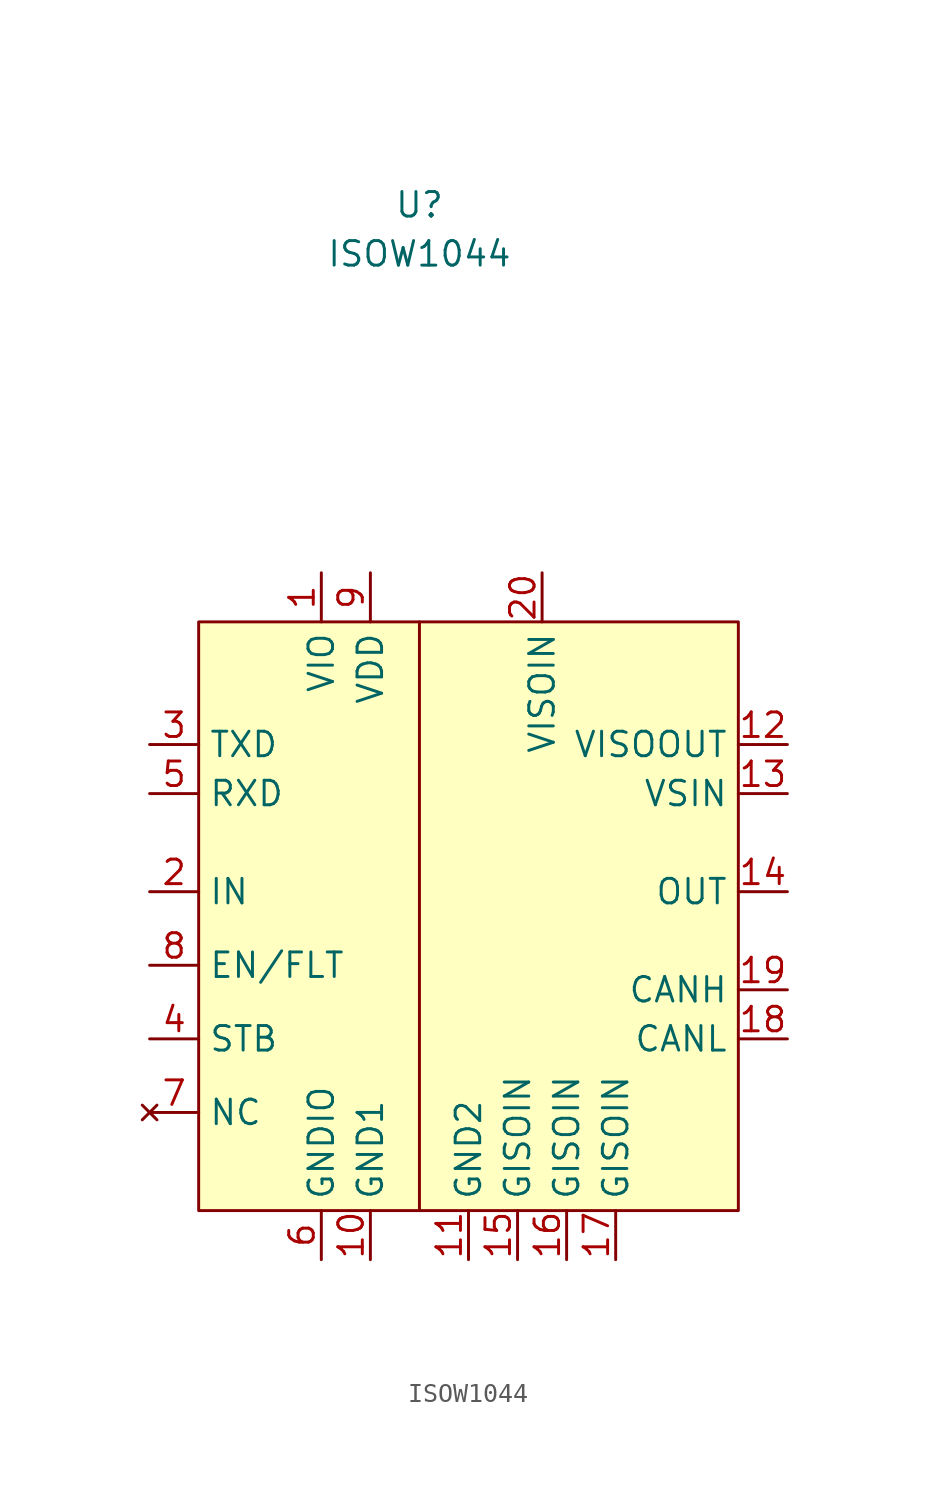
<source format=kicad_sym>
(kicad_symbol_lib
  (version 20211014)
  (generator kicad_symbol_editor)
  (symbol "ISOW1044"
    (property "Reference" "U"
      (at 0 29.21 0)
      (effects (font (size 1.27 1.27))))
    (property "Value" "ISOW1044"
      (at 0 26.67 0)
      (effects (font (size 1.27 1.27))))
    (symbol "ISOW1044_0_0"
      (pin power_in line (at -5.08 10.16 270) (length 2.54) (name "VIO" (effects (font (size 1.27 1.27)))) (number "1" (effects (font (size 1.27 1.27)))))
      (pin power_in line (at -2.54 -25.4 90) (length 2.54) (name "GND1" (effects (font (size 1.27 1.27)))) (number "10" (effects (font (size 1.27 1.27)))))
      (pin power_in line (at 2.54 -25.4 90) (length 2.54) (name "GND2" (effects (font (size 1.27 1.27)))) (number "11" (effects (font (size 1.27 1.27)))))
      (pin power_out line (at 19.05 1.27 180) (length 2.54) (name "VISOOUT" (effects (font (size 1.27 1.27)))) (number "12" (effects (font (size 1.27 1.27)))))
      (pin power_in line (at 19.05 -1.27 180) (length 2.54) (name "VSIN" (effects (font (size 1.27 1.27)))) (number "13" (effects (font (size 1.27 1.27)))))
      (pin output line (at 19.05 -6.35 180) (length 2.54) (name "OUT" (effects (font (size 1.27 1.27)))) (number "14" (effects (font (size 1.27 1.27)))))
      (pin power_in line (at 5.08 -25.4 90) (length 2.54) (name "GISOIN" (effects (font (size 1.27 1.27)))) (number "15" (effects (font (size 1.27 1.27)))))
      (pin power_in line (at 7.62 -25.4 90) (length 2.54) (name "GISOIN" (effects (font (size 1.27 1.27)))) (number "16" (effects (font (size 1.27 1.27)))))
      (pin power_in line (at 10.16 -25.4 90) (length 2.54) (name "GISOIN" (effects (font (size 1.27 1.27)))) (number "17" (effects (font (size 1.27 1.27)))))
      (pin bidirectional line (at 19.05 -13.97 180) (length 2.54) (name "CANL" (effects (font (size 1.27 1.27)))) (number "18" (effects (font (size 1.27 1.27)))))
      (pin bidirectional line (at 19.05 -11.43 180) (length 2.54) (name "CANH" (effects (font (size 1.27 1.27)))) (number "19" (effects (font (size 1.27 1.27)))))
      (pin input line (at -13.97 -6.35 0) (length 2.54) (name "IN" (effects (font (size 1.27 1.27)))) (number "2" (effects (font (size 1.27 1.27)))))
      (pin power_in line (at 6.35 10.16 270) (length 2.54) (name "VISOIN" (effects (font (size 1.27 1.27)))) (number "20" (effects (font (size 1.27 1.27)))))
      (pin output line (at -13.97 1.27 0) (length 2.54) (name "TXD" (effects (font (size 1.27 1.27)))) (number "3" (effects (font (size 1.27 1.27)))))
      (pin input line (at -13.97 -13.97 0) (length 2.54) (name "STB" (effects (font (size 1.27 1.27)))) (number "4" (effects (font (size 1.27 1.27)))))
      (pin input line (at -13.97 -1.27 0) (length 2.54) (name "RXD" (effects (font (size 1.27 1.27)))) (number "5" (effects (font (size 1.27 1.27)))))
      (pin power_in line (at -5.08 -25.4 90) (length 2.54) (name "GNDIO" (effects (font (size 1.27 1.27)))) (number "6" (effects (font (size 1.27 1.27)))))
      (pin no_connect line (at -13.97 -17.78 0) (length 2.54) (name "NC" (effects (font (size 1.27 1.27)))) (number "7" (effects (font (size 1.27 1.27)))))
      (pin input line (at -13.97 -10.16 0) (length 2.54) (name "EN/FLT" (effects (font (size 1.27 1.27)))) (number "8" (effects (font (size 1.27 1.27)))))
      (pin power_in line (at -2.54 10.16 270) (length 2.54) (name "VDD" (effects (font (size 1.27 1.27)))) (number "9" (effects (font (size 1.27 1.27))))))
    (symbol "ISOW1044_0_1"
      (rectangle (start -11.43 7.62) (end 16.51 -22.86) (stroke (width 0) (type default) (color 0 0 0 0)) (fill (type background)))
      (polyline (pts (xy 0 7.62) (xy 0 -22.86)) (stroke (width 0) (type default) (color 0 0 0 0)) (fill (type none))))))
</source>
